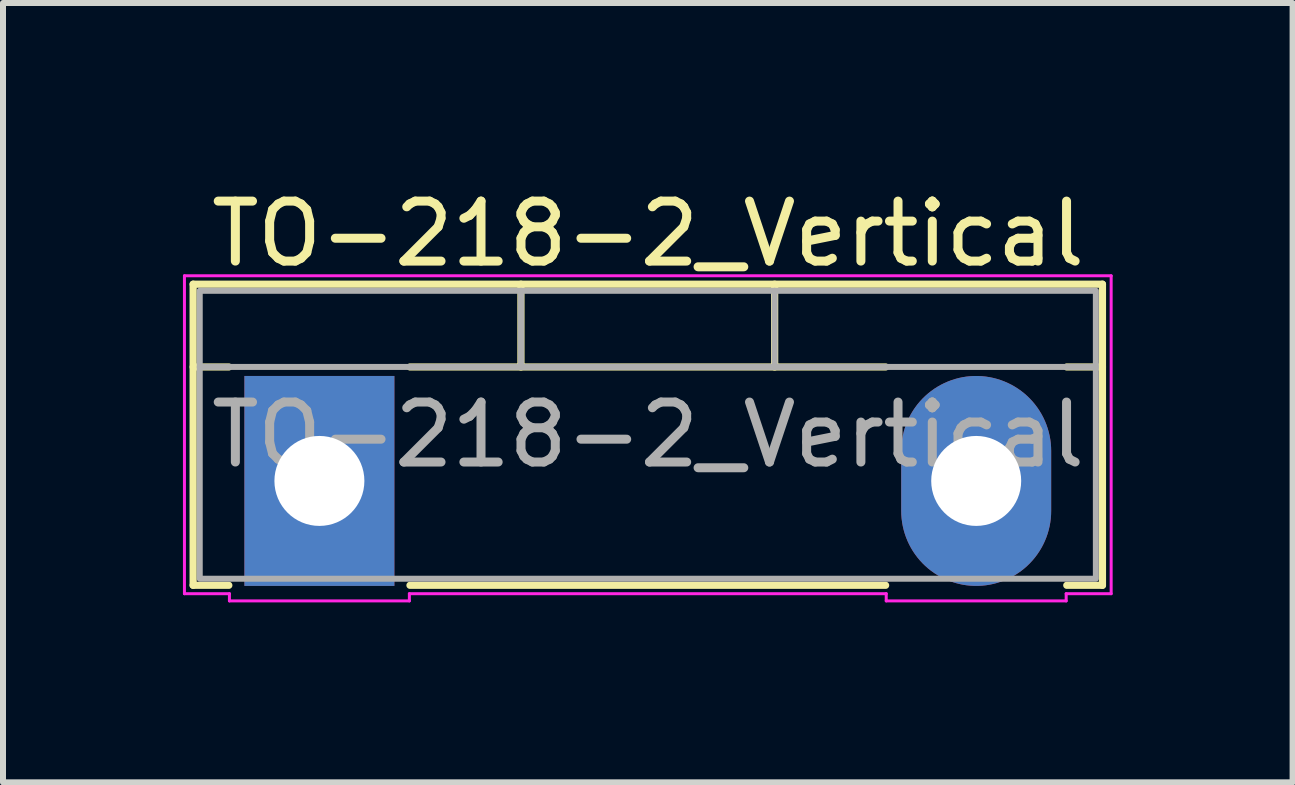
<source format=kicad_pcb>
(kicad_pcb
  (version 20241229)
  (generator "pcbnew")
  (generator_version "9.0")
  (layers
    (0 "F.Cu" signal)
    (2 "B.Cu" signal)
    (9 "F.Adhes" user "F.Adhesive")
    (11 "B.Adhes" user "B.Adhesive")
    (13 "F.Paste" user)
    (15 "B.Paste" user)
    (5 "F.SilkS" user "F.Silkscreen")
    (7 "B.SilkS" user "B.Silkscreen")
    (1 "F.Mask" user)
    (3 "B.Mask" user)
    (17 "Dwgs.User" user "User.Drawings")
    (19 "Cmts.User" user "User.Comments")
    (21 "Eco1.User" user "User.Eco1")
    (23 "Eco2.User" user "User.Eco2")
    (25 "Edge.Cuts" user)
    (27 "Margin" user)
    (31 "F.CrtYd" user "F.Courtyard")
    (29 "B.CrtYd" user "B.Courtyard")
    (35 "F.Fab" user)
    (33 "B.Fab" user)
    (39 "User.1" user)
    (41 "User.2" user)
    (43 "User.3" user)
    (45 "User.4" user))
  (footprint "TO-218-2_Vertical"
    (layer "F.Cu")
    (at 2.275 4.968)
    (property "Reference" "TO-218-2_Vertical" (at 5.48 -4.12 0) (layer "F.SilkS") (effects (font (size 1 1) (thickness 0.15))))
    (attr through_hole)
    (fp_line (start -2.105 -3.28) (end 13.055 -3.28) (stroke (width 0.12) (type solid)) (layer "F.SilkS"))
    (fp_line (start -2.105 -1.9) (end -1.51 -1.9) (stroke (width 0.12) (type solid)) (layer "F.SilkS"))
    (fp_line (start -2.105 1.74) (end -2.105 -3.28) (stroke (width 0.12) (type solid)) (layer "F.SilkS"))
    (fp_line (start -1.51 1.74) (end -2.105 1.74) (stroke (width 0.12) (type solid)) (layer "F.SilkS"))
    (fp_line (start 1.51 -1.9) (end 9.44 -1.9) (stroke (width 0.12) (type solid)) (layer "F.SilkS"))
    (fp_line (start 3.36 -3.28) (end 3.36 -1.9) (stroke (width 0.12) (type solid)) (layer "F.SilkS"))
    (fp_line (start 7.59 -3.28) (end 7.59 -1.9) (stroke (width 0.12) (type solid)) (layer "F.SilkS"))
    (fp_line (start 9.44 1.74) (end 1.51 1.74) (stroke (width 0.12) (type solid)) (layer "F.SilkS"))
    (fp_line (start 12.46 -1.9) (end 13.055 -1.9) (stroke (width 0.12) (type solid)) (layer "F.SilkS"))
    (fp_line (start 13.055 -3.28) (end 13.055 1.74) (stroke (width 0.12) (type solid)) (layer "F.SilkS"))
    (fp_line (start 13.055 1.74) (end 12.46 1.74) (stroke (width 0.12) (type solid)) (layer "F.SilkS"))
    (fp_line (start -2.25 -3.42) (end 13.2 -3.42) (stroke (width 0.05) (type solid)) (layer "F.CrtYd"))
    (fp_line (start -2.25 1.88) (end -2.25 -3.42) (stroke (width 0.05) (type solid)) (layer "F.CrtYd"))
    (fp_line (start -1.5 1.88) (end -2.25 1.88) (stroke (width 0.05) (type solid)) (layer "F.CrtYd"))
    (fp_line (start -1.5 2) (end -1.5 1.88) (stroke (width 0.05) (type solid)) (layer "F.CrtYd"))
    (fp_line (start 1.5 1.88) (end 1.5 2) (stroke (width 0.05) (type solid)) (layer "F.CrtYd"))
    (fp_line (start 1.5 2) (end -1.5 2) (stroke (width 0.05) (type solid)) (layer "F.CrtYd"))
    (fp_line (start 9.45 1.88) (end 1.5 1.88) (stroke (width 0.05) (type solid)) (layer "F.CrtYd"))
    (fp_line (start 9.45 2) (end 9.45 1.88) (stroke (width 0.05) (type solid)) (layer "F.CrtYd"))
    (fp_line (start 12.45 1.88) (end 12.45 2) (stroke (width 0.05) (type solid)) (layer "F.CrtYd"))
    (fp_line (start 12.45 2) (end 9.45 2) (stroke (width 0.05) (type solid)) (layer "F.CrtYd"))
    (fp_line (start 13.2 -3.42) (end 13.2 1.88) (stroke (width 0.05) (type solid)) (layer "F.CrtYd"))
    (fp_line (start 13.2 1.88) (end 12.45 1.88) (stroke (width 0.05) (type solid)) (layer "F.CrtYd"))
    (fp_line (start -1.995 -1.9) (end 12.945 -1.9) (stroke (width 0.1) (type solid)) (layer "F.Fab"))
    (fp_line (start 3.36 -3.17) (end 3.36 -1.9) (stroke (width 0.1) (type solid)) (layer "F.Fab"))
    (fp_line (start 7.59 -3.17) (end 7.59 -1.9) (stroke (width 0.1) (type solid)) (layer "F.Fab"))
    (fp_rect (start -1.995 -3.17) (end 12.945 1.63) (stroke (width 0.1) (type solid)) (fill no) (layer "F.Fab"))
    (fp_text user "${REFERENCE}" (at 5.48 -0.77 0) (layer "F.Fab") (effects (font (size 1 1) (thickness 0.15))))
    (pad "1" thru_hole rect (at 0 0) (size 2.5 3.5) (drill 1.5) (layers "*.Cu" "*.Mask"))
    (pad "2" thru_hole oval (at 10.95 0) (size 2.5 3.5) (drill 1.5) (layers "*.Cu" "*.Mask")))
  (gr_rect
    (start -3 -3)
    (end 18.5 9.993)
    (stroke (width 0.1) (type default))
    (fill no)
    (layer "Edge.Cuts")))
</source>
